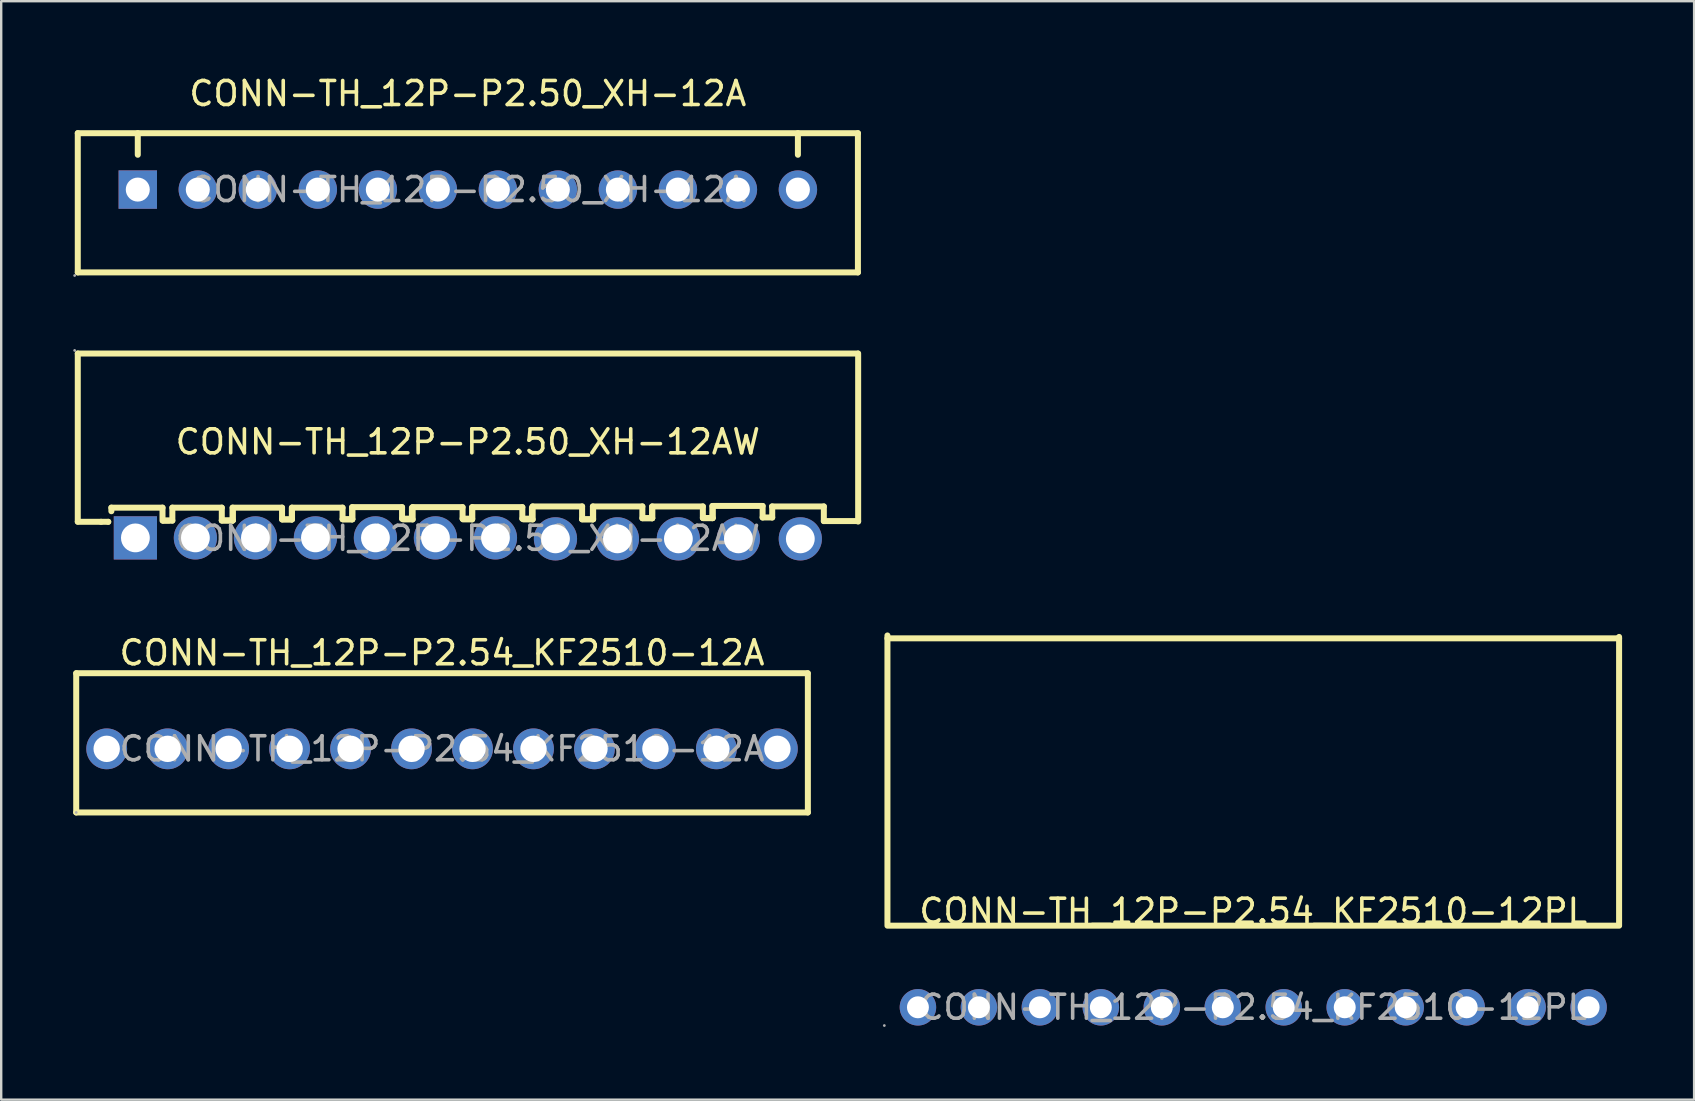
<source format=kicad_pcb>
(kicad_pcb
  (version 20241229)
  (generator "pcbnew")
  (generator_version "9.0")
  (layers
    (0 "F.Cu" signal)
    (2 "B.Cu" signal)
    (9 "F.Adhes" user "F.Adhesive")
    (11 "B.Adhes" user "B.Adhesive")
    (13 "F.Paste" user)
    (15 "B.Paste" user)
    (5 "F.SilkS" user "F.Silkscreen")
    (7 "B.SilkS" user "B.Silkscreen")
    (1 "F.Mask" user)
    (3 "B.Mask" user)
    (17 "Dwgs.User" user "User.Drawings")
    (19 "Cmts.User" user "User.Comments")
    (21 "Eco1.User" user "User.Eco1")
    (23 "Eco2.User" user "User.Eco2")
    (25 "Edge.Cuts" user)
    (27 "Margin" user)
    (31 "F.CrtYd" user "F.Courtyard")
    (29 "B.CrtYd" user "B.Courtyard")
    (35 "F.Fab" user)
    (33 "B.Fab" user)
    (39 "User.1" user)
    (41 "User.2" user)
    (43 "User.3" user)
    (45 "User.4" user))
  (footprint "CONN-TH_12P-P2.54_KF2510-12A"
    (layer "F.Cu")
    (at 15.365 28.146)
    (property "Reference" "CONN-TH_12P-P2.54_KF2510-12A" (at 0 -4 0) (layer "F.SilkS") (effects (font (size 1 1) (thickness 0.15))))
    (attr through_hole)
    (fp_line (start -15.24 -3.15) (end 15.23 -3.15) (stroke (width 0.25) (type solid)) (layer "F.SilkS"))
    (fp_line (start -15.24 2.65) (end -15.24 -3.15) (stroke (width 0.25) (type solid)) (layer "F.SilkS"))
    (fp_line (start 15.24 -3.15) (end 15.24 2.65) (stroke (width 0.25) (type solid)) (layer "F.SilkS"))
    (fp_line (start 15.24 2.65) (end -15.24 2.65) (stroke (width 0.25) (type solid)) (layer "F.SilkS"))
    (fp_circle (center -15.24 2.65) (end -15.21 2.65) (stroke (width 0.06) (type solid)) (fill no) (layer "F.Fab"))
    (fp_text user "${REFERENCE}" (at 0 0 0) (layer "F.Fab") (effects (font (size 1 1) (thickness 0.15))))
    (pad "1" thru_hole circle (at -13.97 0 90) (size 1.7 1.7) (drill 1.1) (layers "*.Cu" "*.Paste" "*.Mask"))
    (pad "2" thru_hole circle (at -11.43 0 90) (size 1.7 1.7) (drill 1.1) (layers "*.Cu" "*.Paste" "*.Mask"))
    (pad "3" thru_hole circle (at -8.89 0 90) (size 1.7 1.7) (drill 1.1) (layers "*.Cu" "*.Paste" "*.Mask"))
    (pad "4" thru_hole circle (at -6.35 0 90) (size 1.7 1.7) (drill 1.1) (layers "*.Cu" "*.Paste" "*.Mask"))
    (pad "5" thru_hole circle (at -3.81 0 90) (size 1.7 1.7) (drill 1.1) (layers "*.Cu" "*.Paste" "*.Mask"))
    (pad "6" thru_hole circle (at -1.27 0 90) (size 1.7 1.7) (drill 1.1) (layers "*.Cu" "*.Paste" "*.Mask"))
    (pad "7" thru_hole circle (at 1.27 0 90) (size 1.7 1.7) (drill 1.1) (layers "*.Cu" "*.Paste" "*.Mask"))
    (pad "8" thru_hole circle (at 3.81 0 90) (size 1.7 1.7) (drill 1.1) (layers "*.Cu" "*.Paste" "*.Mask"))
    (pad "9" thru_hole circle (at 6.35 0 90) (size 1.7 1.7) (drill 1.1) (layers "*.Cu" "*.Paste" "*.Mask"))
    (pad "10" thru_hole circle (at 8.89 0 90) (size 1.7 1.7) (drill 1.1) (layers "*.Cu" "*.Paste" "*.Mask"))
    (pad "11" thru_hole circle (at 11.43 0 90) (size 1.7 1.7) (drill 1.1) (layers "*.Cu" "*.Paste" "*.Mask"))
    (pad "12" thru_hole circle (at 13.97 0 90) (size 1.7 1.7) (drill 1.1) (layers "*.Cu" "*.Paste" "*.Mask")))
  (footprint "CONN-TH_12P-P2.50_XH-12AW"
    (layer "F.Cu")
    (at 16.44 19.378)
    (property "Reference" "CONN-TH_12P-P2.50_XH-12AW" (at 0 -4.02 0) (layer "F.SilkS") (effects (font (size 1 1) (thickness 0.15))))
    (attr through_hole)
    (fp_line (start -16.25 -7.7) (end 16.25 -7.7) (stroke (width 0.25) (type solid)) (layer "F.SilkS"))
    (fp_line (start -16.25 -0.7) (end -16.25 -7.7) (stroke (width 0.25) (type solid)) (layer "F.SilkS"))
    (fp_line (start -16.25 -0.69) (end -15.28 -0.69) (stroke (width 0.25) (type solid)) (layer "F.SilkS"))
    (fp_line (start -15.28 -0.69) (end -14.98 -0.69) (stroke (width 0.25) (type solid)) (layer "F.SilkS"))
    (fp_line (start -14.98 -0.69) (end -14.98 -0.69) (stroke (width 0.25) (type solid)) (layer "F.SilkS"))
    (fp_line (start -14.85 -1.28) (end -14.85 -1.13) (stroke (width 0.25) (type solid)) (layer "F.SilkS"))
    (fp_line (start -14.85 -1.28) (end -12.72 -1.28) (stroke (width 0.25) (type solid)) (layer "F.SilkS"))
    (fp_line (start -12.72 -1.28) (end -12.72 -0.74) (stroke (width 0.25) (type solid)) (layer "F.SilkS"))
    (fp_line (start -12.69 -0.74) (end -12.45 -0.74) (stroke (width 0.25) (type solid)) (layer "F.SilkS"))
    (fp_line (start -12.69 -0.74) (end -12.31 -0.74) (stroke (width 0.25) (type solid)) (layer "F.SilkS"))
    (fp_line (start -12.31 -1.28) (end -10.25 -1.28) (stroke (width 0.25) (type solid)) (layer "F.SilkS"))
    (fp_line (start -12.31 -0.74) (end -12.31 -1.28) (stroke (width 0.25) (type solid)) (layer "F.SilkS"))
    (fp_line (start -10.25 -1.28) (end -10.25 -0.75) (stroke (width 0.25) (type solid)) (layer "F.SilkS"))
    (fp_line (start -10.25 -0.75) (end -9.79 -0.75) (stroke (width 0.25) (type solid)) (layer "F.SilkS"))
    (fp_line (start -10.25 -0.74) (end -9.8 -0.74) (stroke (width 0.25) (type solid)) (layer "F.SilkS"))
    (fp_line (start -9.8 -1.28) (end -7.74 -1.28) (stroke (width 0.25) (type solid)) (layer "F.SilkS"))
    (fp_line (start -9.8 -0.74) (end -9.8 -1.28) (stroke (width 0.25) (type solid)) (layer "F.SilkS"))
    (fp_line (start -9.79 -0.75) (end -9.79 -1.21) (stroke (width 0.25) (type solid)) (layer "F.SilkS"))
    (fp_line (start -7.74 -1.28) (end -7.74 -0.79) (stroke (width 0.25) (type solid)) (layer "F.SilkS"))
    (fp_line (start -7.74 -0.79) (end -7.33 -0.79) (stroke (width 0.25) (type solid)) (layer "F.SilkS"))
    (fp_line (start -7.71 -0.79) (end -7.33 -0.79) (stroke (width 0.25) (type solid)) (layer "F.SilkS"))
    (fp_line (start -7.33 -1.28) (end -5.22 -1.28) (stroke (width 0.25) (type solid)) (layer "F.SilkS"))
    (fp_line (start -7.33 -0.79) (end -7.33 -1.28) (stroke (width 0.25) (type solid)) (layer "F.SilkS"))
    (fp_line (start -7.33 -0.79) (end -7.33 -1.25) (stroke (width 0.25) (type solid)) (layer "F.SilkS"))
    (fp_line (start -5.22 -1.28) (end -5.22 -0.8) (stroke (width 0.25) (type solid)) (layer "F.SilkS"))
    (fp_line (start -5.22 -0.8) (end -4.81 -0.8) (stroke (width 0.25) (type solid)) (layer "F.SilkS"))
    (fp_line (start -5.2 -0.79) (end -4.82 -0.79) (stroke (width 0.25) (type solid)) (layer "F.SilkS"))
    (fp_line (start -4.82 -1.3) (end -2.74 -1.3) (stroke (width 0.25) (type solid)) (layer "F.SilkS"))
    (fp_line (start -4.82 -0.79) (end -4.82 -1.3) (stroke (width 0.25) (type solid)) (layer "F.SilkS"))
    (fp_line (start -4.81 -0.8) (end -4.81 -1.26) (stroke (width 0.25) (type solid)) (layer "F.SilkS"))
    (fp_line (start -2.74 -1.3) (end -2.74 -0.82) (stroke (width 0.25) (type solid)) (layer "F.SilkS"))
    (fp_line (start -2.74 -0.82) (end -2.33 -0.82) (stroke (width 0.25) (type solid)) (layer "F.SilkS"))
    (fp_line (start -2.69 -0.79) (end -2.3 -0.79) (stroke (width 0.25) (type solid)) (layer "F.SilkS"))
    (fp_line (start -2.33 -0.82) (end -2.33 -1.28) (stroke (width 0.25) (type solid)) (layer "F.SilkS"))
    (fp_line (start -2.3 -1.3) (end -0.22 -1.3) (stroke (width 0.25) (type solid)) (layer "F.SilkS"))
    (fp_line (start -2.3 -0.79) (end -2.3 -1.3) (stroke (width 0.25) (type solid)) (layer "F.SilkS"))
    (fp_line (start -0.22 -1.3) (end -0.22 -0.82) (stroke (width 0.25) (type solid)) (layer "F.SilkS"))
    (fp_line (start -0.22 -0.82) (end 0.18 -0.82) (stroke (width 0.25) (type solid)) (layer "F.SilkS"))
    (fp_line (start -0.2 -0.79) (end 0.18 -0.79) (stroke (width 0.25) (type solid)) (layer "F.SilkS"))
    (fp_line (start 0.18 -1.3) (end 2.27 -1.3) (stroke (width 0.25) (type solid)) (layer "F.SilkS"))
    (fp_line (start 0.18 -0.82) (end 0.18 -1.28) (stroke (width 0.25) (type solid)) (layer "F.SilkS"))
    (fp_line (start 0.18 -0.79) (end 0.18 -1.3) (stroke (width 0.25) (type solid)) (layer "F.SilkS"))
    (fp_line (start 2.27 -1.3) (end 2.27 -0.82) (stroke (width 0.25) (type solid)) (layer "F.SilkS"))
    (fp_line (start 2.27 -0.82) (end 2.67 -0.82) (stroke (width 0.25) (type solid)) (layer "F.SilkS"))
    (fp_line (start 2.32 -0.79) (end 2.7 -0.79) (stroke (width 0.25) (type solid)) (layer "F.SilkS"))
    (fp_line (start 2.67 -0.82) (end 2.67 -1.28) (stroke (width 0.25) (type solid)) (layer "F.SilkS"))
    (fp_line (start 2.7 -1.33) (end 4.76 -1.33) (stroke (width 0.25) (type solid)) (layer "F.SilkS"))
    (fp_line (start 2.7 -0.79) (end 2.7 -1.33) (stroke (width 0.25) (type solid)) (layer "F.SilkS"))
    (fp_line (start 4.76 -1.33) (end 4.76 -0.8) (stroke (width 0.25) (type solid)) (layer "F.SilkS"))
    (fp_line (start 4.76 -0.8) (end 5.22 -0.8) (stroke (width 0.25) (type solid)) (layer "F.SilkS"))
    (fp_line (start 4.76 -0.79) (end 5.21 -0.79) (stroke (width 0.25) (type solid)) (layer "F.SilkS"))
    (fp_line (start 5.21 -1.33) (end 7.27 -1.33) (stroke (width 0.25) (type solid)) (layer "F.SilkS"))
    (fp_line (start 5.21 -0.79) (end 5.21 -1.33) (stroke (width 0.25) (type solid)) (layer "F.SilkS"))
    (fp_line (start 5.22 -0.8) (end 5.22 -1.26) (stroke (width 0.25) (type solid)) (layer "F.SilkS"))
    (fp_line (start 7.27 -1.33) (end 7.27 -0.84) (stroke (width 0.25) (type solid)) (layer "F.SilkS"))
    (fp_line (start 7.27 -0.84) (end 7.68 -0.84) (stroke (width 0.25) (type solid)) (layer "F.SilkS"))
    (fp_line (start 7.3 -0.84) (end 7.68 -0.84) (stroke (width 0.25) (type solid)) (layer "F.SilkS"))
    (fp_line (start 7.68 -1.33) (end 9.79 -1.33) (stroke (width 0.25) (type solid)) (layer "F.SilkS"))
    (fp_line (start 7.68 -0.84) (end 7.68 -1.33) (stroke (width 0.25) (type solid)) (layer "F.SilkS"))
    (fp_line (start 7.68 -0.84) (end 7.68 -1.3) (stroke (width 0.25) (type solid)) (layer "F.SilkS"))
    (fp_line (start 9.79 -1.33) (end 9.79 -0.85) (stroke (width 0.25) (type solid)) (layer "F.SilkS"))
    (fp_line (start 9.79 -0.85) (end 10.2 -0.85) (stroke (width 0.25) (type solid)) (layer "F.SilkS"))
    (fp_line (start 9.81 -0.84) (end 10.19 -0.84) (stroke (width 0.25) (type solid)) (layer "F.SilkS"))
    (fp_line (start 10.19 -1.35) (end 12.28 -1.35) (stroke (width 0.25) (type solid)) (layer "F.SilkS"))
    (fp_line (start 10.19 -0.84) (end 10.19 -1.35) (stroke (width 0.25) (type solid)) (layer "F.SilkS"))
    (fp_line (start 10.2 -0.85) (end 10.2 -1.31) (stroke (width 0.25) (type solid)) (layer "F.SilkS"))
    (fp_line (start 12.28 -1.35) (end 12.28 -0.87) (stroke (width 0.25) (type solid)) (layer "F.SilkS"))
    (fp_line (start 12.28 -0.87) (end 12.68 -0.87) (stroke (width 0.25) (type solid)) (layer "F.SilkS"))
    (fp_line (start 12.67 -1.33) (end 14.83 -1.33) (stroke (width 0.25) (type solid)) (layer "F.SilkS"))
    (fp_line (start 12.68 -0.87) (end 12.68 -1.33) (stroke (width 0.25) (type solid)) (layer "F.SilkS"))
    (fp_line (start 14.83 -1.33) (end 14.83 -0.72) (stroke (width 0.25) (type solid)) (layer "F.SilkS"))
    (fp_line (start 14.83 -0.72) (end 16.26 -0.72) (stroke (width 0.25) (type solid)) (layer "F.SilkS"))
    (fp_line (start 16.26 -0.7) (end 16.26 -7.7) (stroke (width 0.25) (type solid)) (layer "F.SilkS"))
    (fp_circle (center -16.38 -7.83) (end -16.35 -7.83) (stroke (width 0.06) (type solid)) (fill no) (layer "F.Fab"))
    (fp_circle (center -13.85 -0.02) (end -13.6 -0.02) (stroke (width 0.5) (type solid)) (fill no) (layer "F.Fab"))
    (fp_circle (center -11.35 -0.02) (end -11.1 -0.02) (stroke (width 0.5) (type solid)) (fill no) (layer "F.Fab"))
    (fp_circle (center -8.85 -0.02) (end -8.6 -0.02) (stroke (width 0.5) (type solid)) (fill no) (layer "F.Fab"))
    (fp_circle (center -6.35 -0.02) (end -6.1 -0.02) (stroke (width 0.5) (type solid)) (fill no) (layer "F.Fab"))
    (fp_circle (center -3.85 -0.02) (end -3.6 -0.02) (stroke (width 0.5) (type solid)) (fill no) (layer "F.Fab"))
    (fp_circle (center -1.35 -0.02) (end -1.1 -0.02) (stroke (width 0.5) (type solid)) (fill no) (layer "F.Fab"))
    (fp_circle (center 1.15 -0.02) (end 1.4 -0.02) (stroke (width 0.5) (type solid)) (fill no) (layer "F.Fab"))
    (fp_circle (center 3.65 0.02) (end 3.9 0.02) (stroke (width 0.5) (type solid)) (fill no) (layer "F.Fab"))
    (fp_circle (center 6.23 0.02) (end 6.48 0.02) (stroke (width 0.5) (type solid)) (fill no) (layer "F.Fab"))
    (fp_circle (center 8.77 0.02) (end 9.02 0.02) (stroke (width 0.5) (type solid)) (fill no) (layer "F.Fab"))
    (fp_circle (center 11.27 0.02) (end 11.52 0.02) (stroke (width 0.5) (type solid)) (fill no) (layer "F.Fab"))
    (fp_circle (center 13.85 0.02) (end 14.1 0.02) (stroke (width 0.5) (type solid)) (fill no) (layer "F.Fab"))
    (fp_text user "${REFERENCE}" (at 0 0 0) (layer "F.Fab") (effects (font (size 1 1) (thickness 0.15))))
    (pad "1" thru_hole rect (at -13.85 -0.02) (size 1.8 1.8) (drill 1.2) (layers "*.Cu" "*.Paste" "*.Mask"))
    (pad "2" thru_hole circle (at -11.35 -0.02) (size 1.8 1.8) (drill 1.2) (layers "*.Cu" "*.Paste" "*.Mask"))
    (pad "3" thru_hole circle (at -8.85 -0.02) (size 1.8 1.8) (drill 1.2) (layers "*.Cu" "*.Paste" "*.Mask"))
    (pad "4" thru_hole circle (at -6.35 -0.02) (size 1.8 1.8) (drill 1.2) (layers "*.Cu" "*.Paste" "*.Mask"))
    (pad "5" thru_hole circle (at -3.85 -0.02) (size 1.8 1.8) (drill 1.2) (layers "*.Cu" "*.Paste" "*.Mask"))
    (pad "6" thru_hole circle (at -1.35 -0.02) (size 1.8 1.8) (drill 1.2) (layers "*.Cu" "*.Paste" "*.Mask"))
    (pad "7" thru_hole circle (at 1.15 -0.02) (size 1.8 1.8) (drill 1.2) (layers "*.Cu" "*.Paste" "*.Mask"))
    (pad "8" thru_hole circle (at 3.65 0.02) (size 1.8 1.8) (drill 1.2) (layers "*.Cu" "*.Paste" "*.Mask"))
    (pad "9" thru_hole circle (at 6.23 0.02) (size 1.8 1.8) (drill 1.2) (layers "*.Cu" "*.Paste" "*.Mask"))
    (pad "10" thru_hole circle (at 8.77 0.02) (size 1.8 1.8) (drill 1.2) (layers "*.Cu" "*.Paste" "*.Mask"))
    (pad "11" thru_hole circle (at 11.27 0.02) (size 1.8 1.8) (drill 1.2) (layers "*.Cu" "*.Paste" "*.Mask"))
    (pad "12" thru_hole circle (at 13.85 0.02) (size 1.8 1.8) (drill 1.2) (layers "*.Cu" "*.Paste" "*.Mask")))
  (footprint "CONN-TH_12P-P2.54_KF2510-12PL"
    (layer "F.Cu")
    (at 49.16 38.913)
    (property "Reference" "CONN-TH_12P-P2.54_KF2510-12PL" (at 0 -4 0) (layer "F.SilkS") (effects (font (size 1 1) (thickness 0.15))))
    (attr through_hole)
    (fp_line (start -15.24 -15.37) (end 15.24 -15.37) (stroke (width 0.25) (type solid)) (layer "F.SilkS"))
    (fp_line (start -15.24 -3.49) (end -15.24 -15.49) (stroke (width 0.25) (type solid)) (layer "F.SilkS"))
    (fp_line (start -15.24 -3.4) (end 15.24 -3.4) (stroke (width 0.25) (type solid)) (layer "F.SilkS"))
    (fp_line (start 15.24 -3.43) (end 15.24 -15.43) (stroke (width 0.25) (type solid)) (layer "F.SilkS"))
    (fp_circle (center -15.37 0.76) (end -15.34 0.76) (stroke (width 0.06) (type solid)) (fill no) (layer "F.Fab"))
    (fp_circle (center -13.97 0) (end -13.79 0) (stroke (width 0.36) (type solid)) (fill no) (layer "F.Fab"))
    (fp_circle (center -11.43 0) (end -11.25 0) (stroke (width 0.36) (type solid)) (fill no) (layer "F.Fab"))
    (fp_circle (center -8.89 0) (end -8.71 0) (stroke (width 0.36) (type solid)) (fill no) (layer "F.Fab"))
    (fp_circle (center -6.35 0) (end -6.17 0) (stroke (width 0.36) (type solid)) (fill no) (layer "F.Fab"))
    (fp_circle (center -3.81 0) (end -3.63 0) (stroke (width 0.36) (type solid)) (fill no) (layer "F.Fab"))
    (fp_circle (center -1.27 0) (end -1.09 0) (stroke (width 0.36) (type solid)) (fill no) (layer "F.Fab"))
    (fp_circle (center 1.27 0) (end 1.45 0) (stroke (width 0.36) (type solid)) (fill no) (layer "F.Fab"))
    (fp_circle (center 3.81 0) (end 3.99 0) (stroke (width 0.36) (type solid)) (fill no) (layer "F.Fab"))
    (fp_circle (center 6.35 0) (end 6.53 0) (stroke (width 0.36) (type solid)) (fill no) (layer "F.Fab"))
    (fp_circle (center 8.89 0) (end 9.07 0) (stroke (width 0.36) (type solid)) (fill no) (layer "F.Fab"))
    (fp_circle (center 11.43 0) (end 11.61 0) (stroke (width 0.36) (type solid)) (fill no) (layer "F.Fab"))
    (fp_circle (center 13.97 0) (end 14.15 0) (stroke (width 0.36) (type solid)) (fill no) (layer "F.Fab"))
    (fp_text user "${REFERENCE}" (at 0 0 0) (layer "F.Fab") (effects (font (size 1 1) (thickness 0.15))))
    (pad "1" thru_hole circle (at -13.97 0 90) (size 1.52 1.52) (drill 0.914) (layers "*.Cu" "*.Paste" "*.Mask"))
    (pad "2" thru_hole circle (at -11.43 0 90) (size 1.52 1.52) (drill 0.914) (layers "*.Cu" "*.Paste" "*.Mask"))
    (pad "3" thru_hole circle (at -8.89 0 90) (size 1.52 1.52) (drill 0.914) (layers "*.Cu" "*.Paste" "*.Mask"))
    (pad "4" thru_hole circle (at -6.35 0 90) (size 1.52 1.52) (drill 0.914) (layers "*.Cu" "*.Paste" "*.Mask"))
    (pad "5" thru_hole circle (at -3.81 0 90) (size 1.52 1.52) (drill 0.914) (layers "*.Cu" "*.Paste" "*.Mask"))
    (pad "6" thru_hole circle (at -1.27 0 90) (size 1.52 1.52) (drill 0.914) (layers "*.Cu" "*.Paste" "*.Mask"))
    (pad "7" thru_hole circle (at 1.27 0 90) (size 1.52 1.52) (drill 0.914) (layers "*.Cu" "*.Paste" "*.Mask"))
    (pad "8" thru_hole circle (at 3.81 0 90) (size 1.52 1.52) (drill 0.914) (layers "*.Cu" "*.Paste" "*.Mask"))
    (pad "9" thru_hole circle (at 6.35 0 90) (size 1.52 1.52) (drill 0.914) (layers "*.Cu" "*.Paste" "*.Mask"))
    (pad "10" thru_hole circle (at 8.89 0 90) (size 1.52 1.52) (drill 0.914) (layers "*.Cu" "*.Paste" "*.Mask"))
    (pad "11" thru_hole circle (at 11.43 0 90) (size 1.52 1.52) (drill 0.914) (layers "*.Cu" "*.Paste" "*.Mask"))
    (pad "12" thru_hole circle (at 13.97 0 90) (size 1.52 1.52) (drill 0.914) (layers "*.Cu" "*.Paste" "*.Mask")))
  (footprint "CONN-TH_12P-P2.50_XH-12A"
    (layer "F.Cu")
    (at 16.44 4.848)
    (property "Reference" "CONN-TH_12P-P2.50_XH-12A" (at 0 -4 0) (layer "F.SilkS") (effects (font (size 1 1) (thickness 0.15))))
    (attr through_hole)
    (fp_line (start -16.25 -2.35) (end -16.25 3.45) (stroke (width 0.25) (type solid)) (layer "F.SilkS"))
    (fp_line (start -16.25 3.45) (end 16.25 3.45) (stroke (width 0.25) (type solid)) (layer "F.SilkS"))
    (fp_line (start -13.75 -1.45) (end -13.75 -2.35) (stroke (width 0.25) (type solid)) (layer "F.SilkS"))
    (fp_line (start 13.75 -1.45) (end 13.75 -2.35) (stroke (width 0.25) (type solid)) (layer "F.SilkS"))
    (fp_line (start 16.25 -2.35) (end -16.25 -2.35) (stroke (width 0.25) (type solid)) (layer "F.SilkS"))
    (fp_line (start 16.25 -2.35) (end 16.25 3.45) (stroke (width 0.25) (type solid)) (layer "F.SilkS"))
    (fp_circle (center -16.38 3.58) (end -16.35 3.58) (stroke (width 0.06) (type solid)) (fill no) (layer "F.Fab"))
    (fp_circle (center -13.75 0) (end -13.55 0) (stroke (width 0.4) (type solid)) (fill no) (layer "F.Fab"))
    (fp_circle (center -11.25 0) (end -11.05 0) (stroke (width 0.4) (type solid)) (fill no) (layer "F.Fab"))
    (fp_circle (center -8.75 0) (end -8.55 0) (stroke (width 0.4) (type solid)) (fill no) (layer "F.Fab"))
    (fp_circle (center -6.25 0) (end -6.05 0) (stroke (width 0.4) (type solid)) (fill no) (layer "F.Fab"))
    (fp_circle (center -3.75 0) (end -3.55 0) (stroke (width 0.4) (type solid)) (fill no) (layer "F.Fab"))
    (fp_circle (center -1.25 0) (end -1.05 0) (stroke (width 0.4) (type solid)) (fill no) (layer "F.Fab"))
    (fp_circle (center 1.25 0) (end 1.45 0) (stroke (width 0.4) (type solid)) (fill no) (layer "F.Fab"))
    (fp_circle (center 3.75 0) (end 3.95 0) (stroke (width 0.4) (type solid)) (fill no) (layer "F.Fab"))
    (fp_circle (center 6.25 0) (end 6.45 0) (stroke (width 0.4) (type solid)) (fill no) (layer "F.Fab"))
    (fp_circle (center 8.75 0) (end 8.95 0) (stroke (width 0.4) (type solid)) (fill no) (layer "F.Fab"))
    (fp_circle (center 11.25 0) (end 11.45 0) (stroke (width 0.4) (type solid)) (fill no) (layer "F.Fab"))
    (fp_circle (center 13.75 0) (end 13.95 0) (stroke (width 0.4) (type solid)) (fill no) (layer "F.Fab"))
    (fp_text user "${REFERENCE}" (at 0 0 0) (layer "F.Fab") (effects (font (size 1 1) (thickness 0.15))))
    (pad "1" thru_hole rect (at -13.75 0 180) (size 1.6 1.6) (drill 1) (layers "*.Cu" "*.Paste" "*.Mask"))
    (pad "2" thru_hole circle (at -11.25 0 180) (size 1.6 1.6) (drill 1) (layers "*.Cu" "*.Paste" "*.Mask"))
    (pad "3" thru_hole circle (at -8.75 0 180) (size 1.6 1.6) (drill 1) (layers "*.Cu" "*.Paste" "*.Mask"))
    (pad "4" thru_hole circle (at -6.25 0 180) (size 1.6 1.6) (drill 1) (layers "*.Cu" "*.Paste" "*.Mask"))
    (pad "5" thru_hole circle (at -3.75 0 180) (size 1.6 1.6) (drill 1) (layers "*.Cu" "*.Paste" "*.Mask"))
    (pad "6" thru_hole circle (at -1.25 0 180) (size 1.6 1.6) (drill 1) (layers "*.Cu" "*.Paste" "*.Mask"))
    (pad "7" thru_hole circle (at 1.25 0 180) (size 1.6 1.6) (drill 1) (layers "*.Cu" "*.Paste" "*.Mask"))
    (pad "8" thru_hole circle (at 3.75 0 180) (size 1.6 1.6) (drill 1) (layers "*.Cu" "*.Paste" "*.Mask"))
    (pad "9" thru_hole circle (at 6.25 0 180) (size 1.6 1.6) (drill 1) (layers "*.Cu" "*.Paste" "*.Mask"))
    (pad "10" thru_hole circle (at 8.75 0 180) (size 1.6 1.6) (drill 1) (layers "*.Cu" "*.Paste" "*.Mask"))
    (pad "11" thru_hole circle (at 11.25 0 180) (size 1.6 1.6) (drill 1) (layers "*.Cu" "*.Paste" "*.Mask"))
    (pad "12" thru_hole circle (at 13.75 0 180) (size 1.6 1.6) (drill 1) (layers "*.Cu" "*.Paste" "*.Mask")))
  (gr_rect
    (start -3 -3)
    (end 67.525 42.761)
    (stroke (width 0.1) (type default))
    (fill no)
    (layer "Edge.Cuts")))
</source>
